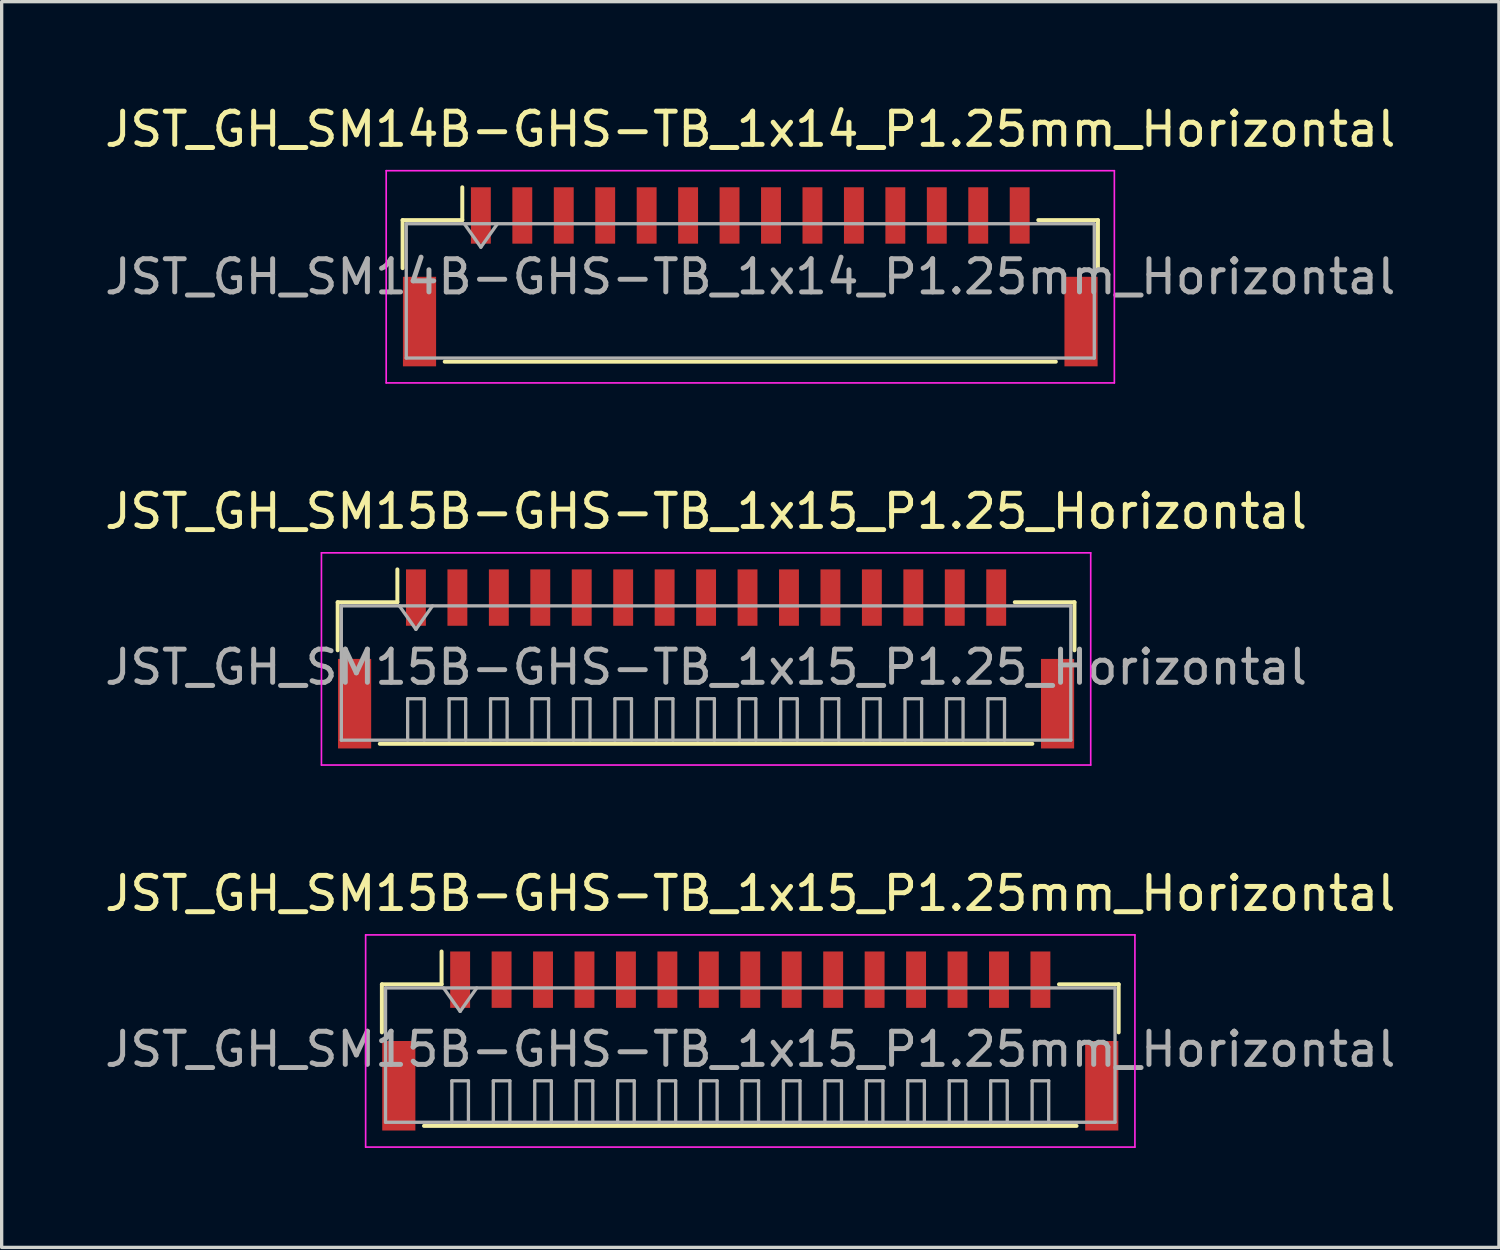
<source format=kicad_pcb>
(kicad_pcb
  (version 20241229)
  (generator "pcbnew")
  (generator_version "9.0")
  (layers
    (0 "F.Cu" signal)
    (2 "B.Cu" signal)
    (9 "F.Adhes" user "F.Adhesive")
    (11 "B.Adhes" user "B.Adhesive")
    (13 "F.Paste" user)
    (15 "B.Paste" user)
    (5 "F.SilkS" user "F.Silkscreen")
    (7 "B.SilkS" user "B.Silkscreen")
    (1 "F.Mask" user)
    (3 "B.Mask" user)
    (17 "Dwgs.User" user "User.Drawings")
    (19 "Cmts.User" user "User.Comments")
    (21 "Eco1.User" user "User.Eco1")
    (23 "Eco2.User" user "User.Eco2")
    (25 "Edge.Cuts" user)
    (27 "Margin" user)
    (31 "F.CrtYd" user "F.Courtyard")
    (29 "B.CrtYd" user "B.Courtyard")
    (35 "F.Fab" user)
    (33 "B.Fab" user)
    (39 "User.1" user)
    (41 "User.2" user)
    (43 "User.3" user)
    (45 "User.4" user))
  (footprint "JST_GH_SM14B-GHS-TB_1x14_P1.25mm_Horizontal"
    (layer "F.Cu")
    (at 19.577 5.298)
    (property "Reference" "JST_GH_SM14B-GHS-TB_1x14_P1.25mm_Horizontal" (at 0 -4.45 0) (layer "F.SilkS") (effects (font (size 1 1) (thickness 0.15))))
    (attr smd)
    (fp_line (start -10.485 -1.71) (end -8.685 -1.71) (stroke (width 0.12) (type solid)) (layer "F.SilkS"))
    (fp_line (start -10.485 -0.26) (end -10.485 -1.71) (stroke (width 0.12) (type solid)) (layer "F.SilkS"))
    (fp_line (start -9.215 2.56) (end 9.215 2.56) (stroke (width 0.12) (type solid)) (layer "F.SilkS"))
    (fp_line (start -8.685 -1.71) (end -8.685 -2.7) (stroke (width 0.12) (type solid)) (layer "F.SilkS"))
    (fp_line (start 10.485 -1.71) (end 8.685 -1.71) (stroke (width 0.12) (type solid)) (layer "F.SilkS"))
    (fp_line (start 10.485 -0.26) (end 10.485 -1.71) (stroke (width 0.12) (type solid)) (layer "F.SilkS"))
    (fp_line (start -10.98 -3.2) (end -10.98 3.2) (stroke (width 0.05) (type solid)) (layer "F.CrtYd"))
    (fp_line (start -10.98 3.2) (end 10.98 3.2) (stroke (width 0.05) (type solid)) (layer "F.CrtYd"))
    (fp_line (start 10.98 -3.2) (end -10.98 -3.2) (stroke (width 0.05) (type solid)) (layer "F.CrtYd"))
    (fp_line (start 10.98 3.2) (end 10.98 -3.2) (stroke (width 0.05) (type solid)) (layer "F.CrtYd"))
    (fp_line (start -10.375 -1.6) (end -10.375 2.45) (stroke (width 0.1) (type solid)) (layer "F.Fab"))
    (fp_line (start -10.375 -1.6) (end 10.375 -1.6) (stroke (width 0.1) (type solid)) (layer "F.Fab"))
    (fp_line (start -10.375 2.45) (end 10.375 2.45) (stroke (width 0.1) (type solid)) (layer "F.Fab"))
    (fp_line (start -8.625 -1.6) (end -8.125 -0.893) (stroke (width 0.1) (type solid)) (layer "F.Fab"))
    (fp_line (start -8.125 -0.893) (end -7.625 -1.6) (stroke (width 0.1) (type solid)) (layer "F.Fab"))
    (fp_line (start 10.375 -1.6) (end 10.375 2.45) (stroke (width 0.1) (type solid)) (layer "F.Fab"))
    (fp_text user "${REFERENCE}" (at 0 0 0) (layer "F.Fab") (effects (font (size 1 1) (thickness 0.15))))
    (pad "" smd rect (at -9.975 1.35) (size 1 2.7) (layers "F.Cu" "F.Mask" "F.Paste"))
    (pad "" smd rect (at 9.975 1.35) (size 1 2.7) (layers "F.Cu" "F.Mask" "F.Paste"))
    (pad "1" smd rect (at -8.125 -1.85) (size 0.6 1.7) (layers "F.Cu" "F.Mask" "F.Paste"))
    (pad "2" smd rect (at -6.875 -1.85) (size 0.6 1.7) (layers "F.Cu" "F.Mask" "F.Paste"))
    (pad "3" smd rect (at -5.625 -1.85) (size 0.6 1.7) (layers "F.Cu" "F.Mask" "F.Paste"))
    (pad "4" smd rect (at -4.375 -1.85) (size 0.6 1.7) (layers "F.Cu" "F.Mask" "F.Paste"))
    (pad "5" smd rect (at -3.125 -1.85) (size 0.6 1.7) (layers "F.Cu" "F.Mask" "F.Paste"))
    (pad "6" smd rect (at -1.875 -1.85) (size 0.6 1.7) (layers "F.Cu" "F.Mask" "F.Paste"))
    (pad "7" smd rect (at -0.625 -1.85) (size 0.6 1.7) (layers "F.Cu" "F.Mask" "F.Paste"))
    (pad "8" smd rect (at 0.625 -1.85) (size 0.6 1.7) (layers "F.Cu" "F.Mask" "F.Paste"))
    (pad "9" smd rect (at 1.875 -1.85) (size 0.6 1.7) (layers "F.Cu" "F.Mask" "F.Paste"))
    (pad "10" smd rect (at 3.125 -1.85) (size 0.6 1.7) (layers "F.Cu" "F.Mask" "F.Paste"))
    (pad "11" smd rect (at 4.375 -1.85) (size 0.6 1.7) (layers "F.Cu" "F.Mask" "F.Paste"))
    (pad "12" smd rect (at 5.625 -1.85) (size 0.6 1.7) (layers "F.Cu" "F.Mask" "F.Paste"))
    (pad "13" smd rect (at 6.875 -1.85) (size 0.6 1.7) (layers "F.Cu" "F.Mask" "F.Paste"))
    (pad "14" smd rect (at 8.125 -1.85) (size 0.6 1.7) (layers "F.Cu" "F.Mask" "F.Paste")))
  (footprint "JST_GH_SM15B-GHS-TB_1x15_P1.25_Horizontal"
    (layer "F.Cu")
    (at 18.244 16.572)
    (property "Reference" "JST_GH_SM15B-GHS-TB_1x15_P1.25_Horizontal" (at 0 -4.2 0) (layer "F.SilkS") (effects (font (size 1 1) (thickness 0.15))))
    (attr smd)
    (fp_line (start -11.11 -1.46) (end -9.31 -1.46) (stroke (width 0.12) (type solid)) (layer "F.SilkS"))
    (fp_line (start -11.11 -0.01) (end -11.11 -1.46) (stroke (width 0.12) (type solid)) (layer "F.SilkS"))
    (fp_line (start -9.84 2.81) (end 9.84 2.81) (stroke (width 0.12) (type solid)) (layer "F.SilkS"))
    (fp_line (start -9.31 -1.46) (end -9.31 -2.45) (stroke (width 0.12) (type solid)) (layer "F.SilkS"))
    (fp_line (start 11.11 -1.46) (end 9.31 -1.46) (stroke (width 0.12) (type solid)) (layer "F.SilkS"))
    (fp_line (start 11.11 -0.01) (end 11.11 -1.46) (stroke (width 0.12) (type solid)) (layer "F.SilkS"))
    (fp_line (start -11.6 -2.95) (end -11.6 3.45) (stroke (width 0.05) (type solid)) (layer "F.CrtYd"))
    (fp_line (start -11.6 3.45) (end 11.6 3.45) (stroke (width 0.05) (type solid)) (layer "F.CrtYd"))
    (fp_line (start 11.6 -2.95) (end -11.6 -2.95) (stroke (width 0.05) (type solid)) (layer "F.CrtYd"))
    (fp_line (start 11.6 3.45) (end 11.6 -2.95) (stroke (width 0.05) (type solid)) (layer "F.CrtYd"))
    (fp_line (start -11 -1.35) (end -11 2.7) (stroke (width 0.1) (type solid)) (layer "F.Fab"))
    (fp_line (start -11 2.7) (end 11 2.7) (stroke (width 0.1) (type solid)) (layer "F.Fab"))
    (fp_line (start -9.25 -1.35) (end -8.75 -0.643) (stroke (width 0.1) (type solid)) (layer "F.Fab"))
    (fp_line (start -9 1.45) (end -8.5 1.45) (stroke (width 0.1) (type solid)) (layer "F.Fab"))
    (fp_line (start -9 2.7) (end -9 1.45) (stroke (width 0.1) (type solid)) (layer "F.Fab"))
    (fp_line (start -8.75 -0.643) (end -8.25 -1.35) (stroke (width 0.1) (type solid)) (layer "F.Fab"))
    (fp_line (start -8.5 1.45) (end -8.5 2.7) (stroke (width 0.1) (type solid)) (layer "F.Fab"))
    (fp_line (start -7.75 1.45) (end -7.25 1.45) (stroke (width 0.1) (type solid)) (layer "F.Fab"))
    (fp_line (start -7.75 2.7) (end -7.75 1.45) (stroke (width 0.1) (type solid)) (layer "F.Fab"))
    (fp_line (start -7.25 1.45) (end -7.25 2.7) (stroke (width 0.1) (type solid)) (layer "F.Fab"))
    (fp_line (start -6.5 1.45) (end -6 1.45) (stroke (width 0.1) (type solid)) (layer "F.Fab"))
    (fp_line (start -6.5 2.7) (end -6.5 1.45) (stroke (width 0.1) (type solid)) (layer "F.Fab"))
    (fp_line (start -6 1.45) (end -6 2.7) (stroke (width 0.1) (type solid)) (layer "F.Fab"))
    (fp_line (start -5.25 1.45) (end -4.75 1.45) (stroke (width 0.1) (type solid)) (layer "F.Fab"))
    (fp_line (start -5.25 2.7) (end -5.25 1.45) (stroke (width 0.1) (type solid)) (layer "F.Fab"))
    (fp_line (start -4.75 1.45) (end -4.75 2.7) (stroke (width 0.1) (type solid)) (layer "F.Fab"))
    (fp_line (start -4 1.45) (end -3.5 1.45) (stroke (width 0.1) (type solid)) (layer "F.Fab"))
    (fp_line (start -4 2.7) (end -4 1.45) (stroke (width 0.1) (type solid)) (layer "F.Fab"))
    (fp_line (start -3.5 1.45) (end -3.5 2.7) (stroke (width 0.1) (type solid)) (layer "F.Fab"))
    (fp_line (start -2.75 1.45) (end -2.25 1.45) (stroke (width 0.1) (type solid)) (layer "F.Fab"))
    (fp_line (start -2.75 2.7) (end -2.75 1.45) (stroke (width 0.1) (type solid)) (layer "F.Fab"))
    (fp_line (start -2.25 1.45) (end -2.25 2.7) (stroke (width 0.1) (type solid)) (layer "F.Fab"))
    (fp_line (start -1.5 1.45) (end -1 1.45) (stroke (width 0.1) (type solid)) (layer "F.Fab"))
    (fp_line (start -1.5 2.7) (end -1.5 1.45) (stroke (width 0.1) (type solid)) (layer "F.Fab"))
    (fp_line (start -1 1.45) (end -1 2.7) (stroke (width 0.1) (type solid)) (layer "F.Fab"))
    (fp_line (start -0.25 1.45) (end 0.25 1.45) (stroke (width 0.1) (type solid)) (layer "F.Fab"))
    (fp_line (start -0.25 2.7) (end -0.25 1.45) (stroke (width 0.1) (type solid)) (layer "F.Fab"))
    (fp_line (start 0.25 1.45) (end 0.25 2.7) (stroke (width 0.1) (type solid)) (layer "F.Fab"))
    (fp_line (start 1 1.45) (end 1.5 1.45) (stroke (width 0.1) (type solid)) (layer "F.Fab"))
    (fp_line (start 1 2.7) (end 1 1.45) (stroke (width 0.1) (type solid)) (layer "F.Fab"))
    (fp_line (start 1.5 1.45) (end 1.5 2.7) (stroke (width 0.1) (type solid)) (layer "F.Fab"))
    (fp_line (start 2.25 1.45) (end 2.75 1.45) (stroke (width 0.1) (type solid)) (layer "F.Fab"))
    (fp_line (start 2.25 2.7) (end 2.25 1.45) (stroke (width 0.1) (type solid)) (layer "F.Fab"))
    (fp_line (start 2.75 1.45) (end 2.75 2.7) (stroke (width 0.1) (type solid)) (layer "F.Fab"))
    (fp_line (start 3.5 1.45) (end 4 1.45) (stroke (width 0.1) (type solid)) (layer "F.Fab"))
    (fp_line (start 3.5 2.7) (end 3.5 1.45) (stroke (width 0.1) (type solid)) (layer "F.Fab"))
    (fp_line (start 4 1.45) (end 4 2.7) (stroke (width 0.1) (type solid)) (layer "F.Fab"))
    (fp_line (start 4.75 1.45) (end 5.25 1.45) (stroke (width 0.1) (type solid)) (layer "F.Fab"))
    (fp_line (start 4.75 2.7) (end 4.75 1.45) (stroke (width 0.1) (type solid)) (layer "F.Fab"))
    (fp_line (start 5.25 1.45) (end 5.25 2.7) (stroke (width 0.1) (type solid)) (layer "F.Fab"))
    (fp_line (start 6 1.45) (end 6.5 1.45) (stroke (width 0.1) (type solid)) (layer "F.Fab"))
    (fp_line (start 6 2.7) (end 6 1.45) (stroke (width 0.1) (type solid)) (layer "F.Fab"))
    (fp_line (start 6.5 1.45) (end 6.5 2.7) (stroke (width 0.1) (type solid)) (layer "F.Fab"))
    (fp_line (start 7.25 1.45) (end 7.75 1.45) (stroke (width 0.1) (type solid)) (layer "F.Fab"))
    (fp_line (start 7.25 2.7) (end 7.25 1.45) (stroke (width 0.1) (type solid)) (layer "F.Fab"))
    (fp_line (start 7.75 1.45) (end 7.75 2.7) (stroke (width 0.1) (type solid)) (layer "F.Fab"))
    (fp_line (start 8.5 1.45) (end 9 1.45) (stroke (width 0.1) (type solid)) (layer "F.Fab"))
    (fp_line (start 8.5 2.7) (end 8.5 1.45) (stroke (width 0.1) (type solid)) (layer "F.Fab"))
    (fp_line (start 9 1.45) (end 9 2.7) (stroke (width 0.1) (type solid)) (layer "F.Fab"))
    (fp_line (start 11 -1.35) (end -11 -1.35) (stroke (width 0.1) (type solid)) (layer "F.Fab"))
    (fp_line (start 11 2.7) (end 11 -1.35) (stroke (width 0.1) (type solid)) (layer "F.Fab"))
    (fp_text user "${REFERENCE}" (at 0 0.5 0) (layer "F.Fab") (effects (font (size 1 1) (thickness 0.15))))
    (pad "" smd rect (at -10.6 1.6) (size 1 2.7) (layers "F.Cu" "F.Mask" "F.Paste"))
    (pad "" smd rect (at 10.6 1.6) (size 1 2.7) (layers "F.Cu" "F.Mask" "F.Paste"))
    (pad "1" smd rect (at -8.75 -1.6) (size 0.6 1.7) (layers "F.Cu" "F.Mask" "F.Paste"))
    (pad "2" smd rect (at -7.5 -1.6) (size 0.6 1.7) (layers "F.Cu" "F.Mask" "F.Paste"))
    (pad "3" smd rect (at -6.25 -1.6) (size 0.6 1.7) (layers "F.Cu" "F.Mask" "F.Paste"))
    (pad "4" smd rect (at -5 -1.6) (size 0.6 1.7) (layers "F.Cu" "F.Mask" "F.Paste"))
    (pad "5" smd rect (at -3.75 -1.6) (size 0.6 1.7) (layers "F.Cu" "F.Mask" "F.Paste"))
    (pad "6" smd rect (at -2.5 -1.6) (size 0.6 1.7) (layers "F.Cu" "F.Mask" "F.Paste"))
    (pad "7" smd rect (at -1.25 -1.6) (size 0.6 1.7) (layers "F.Cu" "F.Mask" "F.Paste"))
    (pad "8" smd rect (at 0 -1.6) (size 0.6 1.7) (layers "F.Cu" "F.Mask" "F.Paste"))
    (pad "9" smd rect (at 1.25 -1.6) (size 0.6 1.7) (layers "F.Cu" "F.Mask" "F.Paste"))
    (pad "10" smd rect (at 2.5 -1.6) (size 0.6 1.7) (layers "F.Cu" "F.Mask" "F.Paste"))
    (pad "11" smd rect (at 3.75 -1.6) (size 0.6 1.7) (layers "F.Cu" "F.Mask" "F.Paste"))
    (pad "12" smd rect (at 5 -1.6) (size 0.6 1.7) (layers "F.Cu" "F.Mask" "F.Paste"))
    (pad "13" smd rect (at 6.25 -1.6) (size 0.6 1.7) (layers "F.Cu" "F.Mask" "F.Paste"))
    (pad "14" smd rect (at 7.5 -1.6) (size 0.6 1.7) (layers "F.Cu" "F.Mask" "F.Paste"))
    (pad "15" smd rect (at 8.75 -1.6) (size 0.6 1.7) (layers "F.Cu" "F.Mask" "F.Paste")))
  (footprint "JST_GH_SM15B-GHS-TB_1x15_P1.25mm_Horizontal"
    (layer "F.Cu")
    (at 19.577 28.095)
    (property "Reference" "JST_GH_SM15B-GHS-TB_1x15_P1.25mm_Horizontal" (at 0 -4.2 0) (layer "F.SilkS") (effects (font (size 1 1) (thickness 0.15))))
    (attr smd)
    (fp_line (start -11.11 -1.46) (end -9.31 -1.46) (stroke (width 0.12) (type solid)) (layer "F.SilkS"))
    (fp_line (start -11.11 -0.01) (end -11.11 -1.46) (stroke (width 0.12) (type solid)) (layer "F.SilkS"))
    (fp_line (start -9.84 2.81) (end 9.84 2.81) (stroke (width 0.12) (type solid)) (layer "F.SilkS"))
    (fp_line (start -9.31 -1.46) (end -9.31 -2.45) (stroke (width 0.12) (type solid)) (layer "F.SilkS"))
    (fp_line (start 11.11 -1.46) (end 9.31 -1.46) (stroke (width 0.12) (type solid)) (layer "F.SilkS"))
    (fp_line (start 11.11 -0.01) (end 11.11 -1.46) (stroke (width 0.12) (type solid)) (layer "F.SilkS"))
    (fp_line (start -11.6 -2.95) (end -11.6 3.45) (stroke (width 0.05) (type solid)) (layer "F.CrtYd"))
    (fp_line (start -11.6 3.45) (end 11.6 3.45) (stroke (width 0.05) (type solid)) (layer "F.CrtYd"))
    (fp_line (start 11.6 -2.95) (end -11.6 -2.95) (stroke (width 0.05) (type solid)) (layer "F.CrtYd"))
    (fp_line (start 11.6 3.45) (end 11.6 -2.95) (stroke (width 0.05) (type solid)) (layer "F.CrtYd"))
    (fp_line (start -11 -1.35) (end -11 2.7) (stroke (width 0.1) (type solid)) (layer "F.Fab"))
    (fp_line (start -11 2.7) (end 11 2.7) (stroke (width 0.1) (type solid)) (layer "F.Fab"))
    (fp_line (start -9.25 -1.35) (end -8.75 -0.643) (stroke (width 0.1) (type solid)) (layer "F.Fab"))
    (fp_line (start -9 1.45) (end -8.5 1.45) (stroke (width 0.1) (type solid)) (layer "F.Fab"))
    (fp_line (start -9 2.7) (end -9 1.45) (stroke (width 0.1) (type solid)) (layer "F.Fab"))
    (fp_line (start -8.75 -0.643) (end -8.25 -1.35) (stroke (width 0.1) (type solid)) (layer "F.Fab"))
    (fp_line (start -8.5 1.45) (end -8.5 2.7) (stroke (width 0.1) (type solid)) (layer "F.Fab"))
    (fp_line (start -7.75 1.45) (end -7.25 1.45) (stroke (width 0.1) (type solid)) (layer "F.Fab"))
    (fp_line (start -7.75 2.7) (end -7.75 1.45) (stroke (width 0.1) (type solid)) (layer "F.Fab"))
    (fp_line (start -7.25 1.45) (end -7.25 2.7) (stroke (width 0.1) (type solid)) (layer "F.Fab"))
    (fp_line (start -6.5 1.45) (end -6 1.45) (stroke (width 0.1) (type solid)) (layer "F.Fab"))
    (fp_line (start -6.5 2.7) (end -6.5 1.45) (stroke (width 0.1) (type solid)) (layer "F.Fab"))
    (fp_line (start -6 1.45) (end -6 2.7) (stroke (width 0.1) (type solid)) (layer "F.Fab"))
    (fp_line (start -5.25 1.45) (end -4.75 1.45) (stroke (width 0.1) (type solid)) (layer "F.Fab"))
    (fp_line (start -5.25 2.7) (end -5.25 1.45) (stroke (width 0.1) (type solid)) (layer "F.Fab"))
    (fp_line (start -4.75 1.45) (end -4.75 2.7) (stroke (width 0.1) (type solid)) (layer "F.Fab"))
    (fp_line (start -4 1.45) (end -3.5 1.45) (stroke (width 0.1) (type solid)) (layer "F.Fab"))
    (fp_line (start -4 2.7) (end -4 1.45) (stroke (width 0.1) (type solid)) (layer "F.Fab"))
    (fp_line (start -3.5 1.45) (end -3.5 2.7) (stroke (width 0.1) (type solid)) (layer "F.Fab"))
    (fp_line (start -2.75 1.45) (end -2.25 1.45) (stroke (width 0.1) (type solid)) (layer "F.Fab"))
    (fp_line (start -2.75 2.7) (end -2.75 1.45) (stroke (width 0.1) (type solid)) (layer "F.Fab"))
    (fp_line (start -2.25 1.45) (end -2.25 2.7) (stroke (width 0.1) (type solid)) (layer "F.Fab"))
    (fp_line (start -1.5 1.45) (end -1 1.45) (stroke (width 0.1) (type solid)) (layer "F.Fab"))
    (fp_line (start -1.5 2.7) (end -1.5 1.45) (stroke (width 0.1) (type solid)) (layer "F.Fab"))
    (fp_line (start -1 1.45) (end -1 2.7) (stroke (width 0.1) (type solid)) (layer "F.Fab"))
    (fp_line (start -0.25 1.45) (end 0.25 1.45) (stroke (width 0.1) (type solid)) (layer "F.Fab"))
    (fp_line (start -0.25 2.7) (end -0.25 1.45) (stroke (width 0.1) (type solid)) (layer "F.Fab"))
    (fp_line (start 0.25 1.45) (end 0.25 2.7) (stroke (width 0.1) (type solid)) (layer "F.Fab"))
    (fp_line (start 1 1.45) (end 1.5 1.45) (stroke (width 0.1) (type solid)) (layer "F.Fab"))
    (fp_line (start 1 2.7) (end 1 1.45) (stroke (width 0.1) (type solid)) (layer "F.Fab"))
    (fp_line (start 1.5 1.45) (end 1.5 2.7) (stroke (width 0.1) (type solid)) (layer "F.Fab"))
    (fp_line (start 2.25 1.45) (end 2.75 1.45) (stroke (width 0.1) (type solid)) (layer "F.Fab"))
    (fp_line (start 2.25 2.7) (end 2.25 1.45) (stroke (width 0.1) (type solid)) (layer "F.Fab"))
    (fp_line (start 2.75 1.45) (end 2.75 2.7) (stroke (width 0.1) (type solid)) (layer "F.Fab"))
    (fp_line (start 3.5 1.45) (end 4 1.45) (stroke (width 0.1) (type solid)) (layer "F.Fab"))
    (fp_line (start 3.5 2.7) (end 3.5 1.45) (stroke (width 0.1) (type solid)) (layer "F.Fab"))
    (fp_line (start 4 1.45) (end 4 2.7) (stroke (width 0.1) (type solid)) (layer "F.Fab"))
    (fp_line (start 4.75 1.45) (end 5.25 1.45) (stroke (width 0.1) (type solid)) (layer "F.Fab"))
    (fp_line (start 4.75 2.7) (end 4.75 1.45) (stroke (width 0.1) (type solid)) (layer "F.Fab"))
    (fp_line (start 5.25 1.45) (end 5.25 2.7) (stroke (width 0.1) (type solid)) (layer "F.Fab"))
    (fp_line (start 6 1.45) (end 6.5 1.45) (stroke (width 0.1) (type solid)) (layer "F.Fab"))
    (fp_line (start 6 2.7) (end 6 1.45) (stroke (width 0.1) (type solid)) (layer "F.Fab"))
    (fp_line (start 6.5 1.45) (end 6.5 2.7) (stroke (width 0.1) (type solid)) (layer "F.Fab"))
    (fp_line (start 7.25 1.45) (end 7.75 1.45) (stroke (width 0.1) (type solid)) (layer "F.Fab"))
    (fp_line (start 7.25 2.7) (end 7.25 1.45) (stroke (width 0.1) (type solid)) (layer "F.Fab"))
    (fp_line (start 7.75 1.45) (end 7.75 2.7) (stroke (width 0.1) (type solid)) (layer "F.Fab"))
    (fp_line (start 8.5 1.45) (end 9 1.45) (stroke (width 0.1) (type solid)) (layer "F.Fab"))
    (fp_line (start 8.5 2.7) (end 8.5 1.45) (stroke (width 0.1) (type solid)) (layer "F.Fab"))
    (fp_line (start 9 1.45) (end 9 2.7) (stroke (width 0.1) (type solid)) (layer "F.Fab"))
    (fp_line (start 11 -1.35) (end -11 -1.35) (stroke (width 0.1) (type solid)) (layer "F.Fab"))
    (fp_line (start 11 2.7) (end 11 -1.35) (stroke (width 0.1) (type solid)) (layer "F.Fab"))
    (fp_text user "${REFERENCE}" (at 0 0.5 0) (layer "F.Fab") (effects (font (size 1 1) (thickness 0.15))))
    (pad "" smd rect (at -10.6 1.6) (size 1 2.7) (layers "F.Cu" "F.Mask" "F.Paste"))
    (pad "" smd rect (at 10.6 1.6) (size 1 2.7) (layers "F.Cu" "F.Mask" "F.Paste"))
    (pad "1" smd rect (at -8.75 -1.6) (size 0.6 1.7) (layers "F.Cu" "F.Mask" "F.Paste"))
    (pad "2" smd rect (at -7.5 -1.6) (size 0.6 1.7) (layers "F.Cu" "F.Mask" "F.Paste"))
    (pad "3" smd rect (at -6.25 -1.6) (size 0.6 1.7) (layers "F.Cu" "F.Mask" "F.Paste"))
    (pad "4" smd rect (at -5 -1.6) (size 0.6 1.7) (layers "F.Cu" "F.Mask" "F.Paste"))
    (pad "5" smd rect (at -3.75 -1.6) (size 0.6 1.7) (layers "F.Cu" "F.Mask" "F.Paste"))
    (pad "6" smd rect (at -2.5 -1.6) (size 0.6 1.7) (layers "F.Cu" "F.Mask" "F.Paste"))
    (pad "7" smd rect (at -1.25 -1.6) (size 0.6 1.7) (layers "F.Cu" "F.Mask" "F.Paste"))
    (pad "8" smd rect (at 0 -1.6) (size 0.6 1.7) (layers "F.Cu" "F.Mask" "F.Paste"))
    (pad "9" smd rect (at 1.25 -1.6) (size 0.6 1.7) (layers "F.Cu" "F.Mask" "F.Paste"))
    (pad "10" smd rect (at 2.5 -1.6) (size 0.6 1.7) (layers "F.Cu" "F.Mask" "F.Paste"))
    (pad "11" smd rect (at 3.75 -1.6) (size 0.6 1.7) (layers "F.Cu" "F.Mask" "F.Paste"))
    (pad "12" smd rect (at 5 -1.6) (size 0.6 1.7) (layers "F.Cu" "F.Mask" "F.Paste"))
    (pad "13" smd rect (at 6.25 -1.6) (size 0.6 1.7) (layers "F.Cu" "F.Mask" "F.Paste"))
    (pad "14" smd rect (at 7.5 -1.6) (size 0.6 1.7) (layers "F.Cu" "F.Mask" "F.Paste"))
    (pad "15" smd rect (at 8.75 -1.6) (size 0.6 1.7) (layers "F.Cu" "F.Mask" "F.Paste")))
  (gr_rect
    (start -3 -3)
    (end 42.155 34.57)
    (stroke (width 0.1) (type default))
    (fill no)
    (layer "Edge.Cuts")))
</source>
